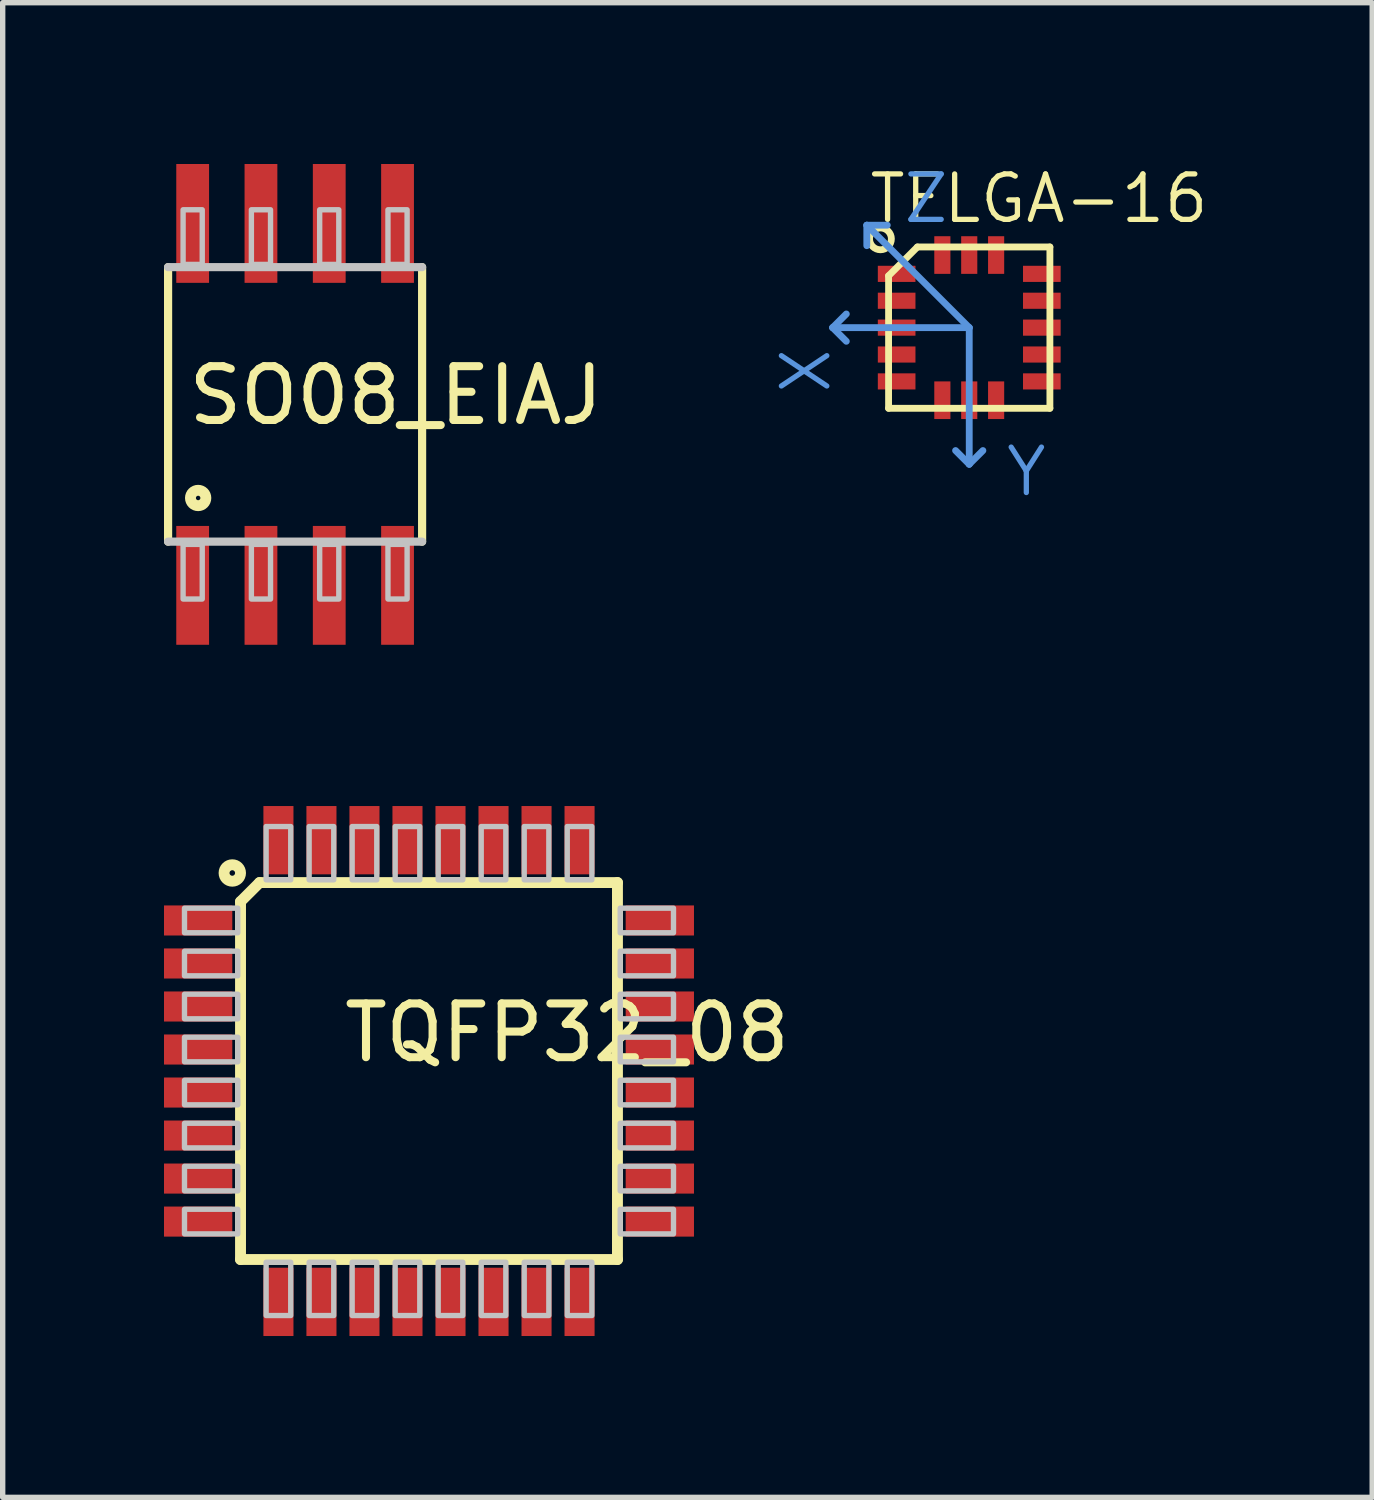
<source format=kicad_pcb>
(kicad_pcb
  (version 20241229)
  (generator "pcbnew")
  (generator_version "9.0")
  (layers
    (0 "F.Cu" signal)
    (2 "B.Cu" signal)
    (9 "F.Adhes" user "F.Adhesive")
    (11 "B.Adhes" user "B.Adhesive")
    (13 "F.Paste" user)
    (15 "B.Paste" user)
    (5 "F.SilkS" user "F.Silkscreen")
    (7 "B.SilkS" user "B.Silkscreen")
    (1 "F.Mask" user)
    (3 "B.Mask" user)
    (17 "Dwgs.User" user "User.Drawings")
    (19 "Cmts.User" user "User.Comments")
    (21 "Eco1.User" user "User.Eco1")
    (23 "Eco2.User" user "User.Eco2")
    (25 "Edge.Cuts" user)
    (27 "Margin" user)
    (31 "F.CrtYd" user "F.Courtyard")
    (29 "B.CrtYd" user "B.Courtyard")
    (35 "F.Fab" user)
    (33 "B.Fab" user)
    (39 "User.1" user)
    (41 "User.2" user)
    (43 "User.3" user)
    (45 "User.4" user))
  (footprint "SO08_EIAJ"
    (layer "F.Cu")
    (at 2.438 4.458)
    (property "Reference" "SO08_EIAJ" (at -2.057 0.432 0) (layer "F.SilkS") (effects (font (size 1 1) (thickness 0.15)) (justify left bottom)))
    (attr through_hole)
    (fp_line (start -2.362 -2.54) (end -2.362 2.565) (stroke (width 0.152) (type solid)) (layer "F.SilkS"))
    (fp_line (start 2.362 2.565) (end 2.362 -2.54) (stroke (width 0.152) (type solid)) (layer "F.SilkS"))
    (fp_circle (center -1.803 1.753) (end -1.66 1.753) (stroke (width 0.203) (type solid)) (fill no) (layer "F.SilkS"))
    (fp_line (start -2.362 2.565) (end 2.362 2.565) (stroke (width 0.152) (type solid)) (layer "Dwgs.User"))
    (fp_line (start 2.362 -2.54) (end -2.362 -2.54) (stroke (width 0.152) (type solid)) (layer "Dwgs.User"))
    (fp_poly (pts (xy -2.083 -2.591) (xy -1.727 -2.591) (xy -1.727 -3.607) (xy -2.083 -3.607)) (stroke (width 0.1) (type solid)) (fill no) (layer "Dwgs.User"))
    (fp_poly (pts (xy -2.083 3.632) (xy -1.727 3.632) (xy -1.727 2.616) (xy -2.083 2.616)) (stroke (width 0.1) (type solid)) (fill no) (layer "Dwgs.User"))
    (fp_poly (pts (xy -0.813 -2.591) (xy -0.457 -2.591) (xy -0.457 -3.607) (xy -0.813 -3.607)) (stroke (width 0.1) (type solid)) (fill no) (layer "Dwgs.User"))
    (fp_poly (pts (xy -0.813 3.632) (xy -0.457 3.632) (xy -0.457 2.616) (xy -0.813 2.616)) (stroke (width 0.1) (type solid)) (fill no) (layer "Dwgs.User"))
    (fp_poly (pts (xy 0.457 -2.591) (xy 0.813 -2.591) (xy 0.813 -3.607) (xy 0.457 -3.607)) (stroke (width 0.1) (type solid)) (fill no) (layer "Dwgs.User"))
    (fp_poly (pts (xy 0.457 3.632) (xy 0.813 3.632) (xy 0.813 2.616) (xy 0.457 2.616)) (stroke (width 0.1) (type solid)) (fill no) (layer "Dwgs.User"))
    (fp_poly (pts (xy 1.727 -2.591) (xy 2.083 -2.591) (xy 2.083 -3.607) (xy 1.727 -3.607)) (stroke (width 0.1) (type solid)) (fill no) (layer "Dwgs.User"))
    (fp_poly (pts (xy 1.727 3.632) (xy 2.083 3.632) (xy 2.083 2.616) (xy 1.727 2.616)) (stroke (width 0.1) (type solid)) (fill no) (layer "Dwgs.User"))
    (pad "1" smd rect (at -1.905 3.378) (size 0.61 2.21) (layers "F.Cu" "F.Mask" "F.Paste"))
    (pad "2" smd rect (at -0.635 3.378) (size 0.61 2.21) (layers "F.Cu" "F.Mask" "F.Paste"))
    (pad "3" smd rect (at 0.635 3.378) (size 0.61 2.21) (layers "F.Cu" "F.Mask" "F.Paste"))
    (pad "4" smd rect (at 1.905 3.378) (size 0.61 2.21) (layers "F.Cu" "F.Mask" "F.Paste"))
    (pad "5" smd rect (at 1.905 -3.353) (size 0.61 2.21) (layers "F.Cu" "F.Mask" "F.Paste"))
    (pad "6" smd rect (at 0.635 -3.353) (size 0.61 2.21) (layers "F.Cu" "F.Mask" "F.Paste"))
    (pad "7" smd rect (at -0.635 -3.353) (size 0.61 2.21) (layers "F.Cu" "F.Mask" "F.Paste"))
    (pad "8" smd rect (at -1.905 -3.353) (size 0.61 2.21) (layers "F.Cu" "F.Mask" "F.Paste")))
  (footprint "TFLGA-16"
    (layer "F.Cu")
    (at 14.975 3.043)
    (property "Reference" "TFLGA-16" (at -1.905 -1.905 0) (layer "F.SilkS") (effects (font (size 0.845 0.845) (thickness 0.098)) (justify left bottom)))
    (attr through_hole)
    (fp_line (start -1.5 -0.964) (end -0.964 -1.5) (stroke (width 0.127) (type solid)) (layer "F.SilkS"))
    (fp_line (start -1.5 1.5) (end -1.5 -0.964) (stroke (width 0.127) (type solid)) (layer "F.SilkS"))
    (fp_line (start -0.964 -1.5) (end 1.5 -1.5) (stroke (width 0.127) (type solid)) (layer "F.SilkS"))
    (fp_line (start 1.5 -1.5) (end 1.5 1.5) (stroke (width 0.127) (type solid)) (layer "F.SilkS"))
    (fp_line (start 1.5 1.5) (end -1.5 1.5) (stroke (width 0.127) (type solid)) (layer "F.SilkS"))
    (fp_circle (center -1.651 -1.651) (end -1.448 -1.651) (stroke (width 0.127) (type solid)) (fill no) (layer "F.SilkS"))
    (fp_line (start -2.54 0) (end -2.286 -0.254) (stroke (width 0.127) (type solid)) (layer "Cmts.User"))
    (fp_line (start -2.54 0) (end -2.286 0.254) (stroke (width 0.127) (type solid)) (layer "Cmts.User"))
    (fp_line (start -2.54 0) (end 0 0) (stroke (width 0.127) (type solid)) (layer "Cmts.User"))
    (fp_line (start -1.905 -1.905) (end -1.905 -1.524) (stroke (width 0.127) (type solid)) (layer "Cmts.User"))
    (fp_line (start -1.905 -1.905) (end -1.524 -1.905) (stroke (width 0.127) (type solid)) (layer "Cmts.User"))
    (fp_line (start 0 0) (end -1.905 -1.905) (stroke (width 0.127) (type solid)) (layer "Cmts.User"))
    (fp_line (start 0 0) (end 0 2.54) (stroke (width 0.127) (type solid)) (layer "Cmts.User"))
    (fp_line (start 0 2.54) (end -0.254 2.286) (stroke (width 0.127) (type solid)) (layer "Cmts.User"))
    (fp_line (start 0 2.54) (end 0.254 2.286) (stroke (width 0.127) (type solid)) (layer "Cmts.User"))
    (fp_text user "Y" (at 0.635 3.175 0) (layer "Cmts.User") (effects (font (size 0.845 0.845) (thickness 0.098)) (justify left bottom)))
    (fp_text user "X" (at -2.54 1.27 90) (layer "Cmts.User") (effects (font (size 0.845 0.845) (thickness 0.098)) (justify left bottom)))
    (fp_text user "Z" (at -1.27 -1.905 0) (layer "Cmts.User") (effects (font (size 0.845 0.845) (thickness 0.098)) (justify left bottom)))
    (pad "1" smd rect (at -1.35 -1) (size 0.7 0.3) (layers "F.Cu" "F.Mask" "F.Paste"))
    (pad "2" smd rect (at -1.35 -0.5) (size 0.7 0.3) (layers "F.Cu" "F.Mask" "F.Paste"))
    (pad "3" smd rect (at -1.35 0) (size 0.7 0.3) (layers "F.Cu" "F.Mask" "F.Paste"))
    (pad "4" smd rect (at -1.35 0.5) (size 0.7 0.3) (layers "F.Cu" "F.Mask" "F.Paste"))
    (pad "5" smd rect (at -1.35 1) (size 0.7 0.3) (layers "F.Cu" "F.Mask" "F.Paste"))
    (pad "6" smd rect (at -0.5 1.35 90) (size 0.7 0.3) (layers "F.Cu" "F.Mask" "F.Paste"))
    (pad "7" smd rect (at 0 1.35 90) (size 0.7 0.3) (layers "F.Cu" "F.Mask" "F.Paste"))
    (pad "8" smd rect (at 0.5 1.35 90) (size 0.7 0.3) (layers "F.Cu" "F.Mask" "F.Paste"))
    (pad "9" smd rect (at 1.35 1 180) (size 0.7 0.3) (layers "F.Cu" "F.Mask" "F.Paste"))
    (pad "10" smd rect (at 1.35 0.5 180) (size 0.7 0.3) (layers "F.Cu" "F.Mask" "F.Paste"))
    (pad "11" smd rect (at 1.35 0 180) (size 0.7 0.3) (layers "F.Cu" "F.Mask" "F.Paste"))
    (pad "12" smd rect (at 1.35 -0.5 180) (size 0.7 0.3) (layers "F.Cu" "F.Mask" "F.Paste"))
    (pad "13" smd rect (at 1.35 -1 180) (size 0.7 0.3) (layers "F.Cu" "F.Mask" "F.Paste"))
    (pad "14" smd rect (at 0.5 -1.35 270) (size 0.7 0.3) (layers "F.Cu" "F.Mask" "F.Paste"))
    (pad "15" smd rect (at 0 -1.35 270) (size 0.7 0.3) (layers "F.Cu" "F.Mask" "F.Paste"))
    (pad "16" smd rect (at -0.5 -1.35 270) (size 0.7 0.3) (layers "F.Cu" "F.Mask" "F.Paste")))
  (footprint "TQFP32_08"
    (layer "F.Cu")
    (at 4.928 16.868)
    (property "Reference" "TQFP32_08" (at -1.651 -0.127 0) (layer "F.SilkS") (effects (font (size 1 1) (thickness 0.15)) (justify left bottom)))
    (attr through_hole)
    (fp_line (start -3.505 3.505) (end -3.505 -3.15) (stroke (width 0.203) (type solid)) (layer "F.SilkS"))
    (fp_line (start -3.15 -3.505) (end -3.505 -3.15) (stroke (width 0.203) (type solid)) (layer "F.SilkS"))
    (fp_line (start -3.15 -3.505) (end 3.505 -3.505) (stroke (width 0.203) (type solid)) (layer "F.SilkS"))
    (fp_line (start 3.505 -3.505) (end 3.505 3.505) (stroke (width 0.203) (type solid)) (layer "F.SilkS"))
    (fp_line (start 3.505 3.505) (end -3.505 3.505) (stroke (width 0.203) (type solid)) (layer "F.SilkS"))
    (fp_circle (center -3.658 -3.683) (end -3.505 -3.683) (stroke (width 0.203) (type solid)) (fill no) (layer "F.SilkS"))
    (fp_poly (pts (xy -4.547 -2.571) (xy -3.556 -2.571) (xy -3.556 -3.029) (xy -4.547 -3.029)) (stroke (width 0.1) (type solid)) (fill no) (layer "Dwgs.User"))
    (fp_poly (pts (xy -4.547 -1.771) (xy -3.556 -1.771) (xy -3.556 -2.229) (xy -4.547 -2.229)) (stroke (width 0.1) (type solid)) (fill no) (layer "Dwgs.User"))
    (fp_poly (pts (xy -4.547 -0.971) (xy -3.556 -0.971) (xy -3.556 -1.429) (xy -4.547 -1.429)) (stroke (width 0.1) (type solid)) (fill no) (layer "Dwgs.User"))
    (fp_poly (pts (xy -4.547 -0.171) (xy -3.556 -0.171) (xy -3.556 -0.629) (xy -4.547 -0.629)) (stroke (width 0.1) (type solid)) (fill no) (layer "Dwgs.User"))
    (fp_poly (pts (xy -4.547 0.629) (xy -3.556 0.629) (xy -3.556 0.171) (xy -4.547 0.171)) (stroke (width 0.1) (type solid)) (fill no) (layer "Dwgs.User"))
    (fp_poly (pts (xy -4.547 1.429) (xy -3.556 1.429) (xy -3.556 0.971) (xy -4.547 0.971)) (stroke (width 0.1) (type solid)) (fill no) (layer "Dwgs.User"))
    (fp_poly (pts (xy -4.547 2.229) (xy -3.556 2.229) (xy -3.556 1.771) (xy -4.547 1.771)) (stroke (width 0.1) (type solid)) (fill no) (layer "Dwgs.User"))
    (fp_poly (pts (xy -4.547 3.029) (xy -3.556 3.029) (xy -3.556 2.571) (xy -4.547 2.571)) (stroke (width 0.1) (type solid)) (fill no) (layer "Dwgs.User"))
    (fp_poly (pts (xy -3.029 -3.556) (xy -2.571 -3.556) (xy -2.571 -4.547) (xy -3.029 -4.547)) (stroke (width 0.1) (type solid)) (fill no) (layer "Dwgs.User"))
    (fp_poly (pts (xy -3.029 4.547) (xy -2.571 4.547) (xy -2.571 3.556) (xy -3.029 3.556)) (stroke (width 0.1) (type solid)) (fill no) (layer "Dwgs.User"))
    (fp_poly (pts (xy -2.229 -3.556) (xy -1.771 -3.556) (xy -1.771 -4.547) (xy -2.229 -4.547)) (stroke (width 0.1) (type solid)) (fill no) (layer "Dwgs.User"))
    (fp_poly (pts (xy -2.229 4.547) (xy -1.771 4.547) (xy -1.771 3.556) (xy -2.229 3.556)) (stroke (width 0.1) (type solid)) (fill no) (layer "Dwgs.User"))
    (fp_poly (pts (xy -1.429 -3.556) (xy -0.971 -3.556) (xy -0.971 -4.547) (xy -1.429 -4.547)) (stroke (width 0.1) (type solid)) (fill no) (layer "Dwgs.User"))
    (fp_poly (pts (xy -1.429 4.547) (xy -0.971 4.547) (xy -0.971 3.556) (xy -1.429 3.556)) (stroke (width 0.1) (type solid)) (fill no) (layer "Dwgs.User"))
    (fp_poly (pts (xy -0.629 -3.556) (xy -0.171 -3.556) (xy -0.171 -4.547) (xy -0.629 -4.547)) (stroke (width 0.1) (type solid)) (fill no) (layer "Dwgs.User"))
    (fp_poly (pts (xy -0.629 4.547) (xy -0.171 4.547) (xy -0.171 3.556) (xy -0.629 3.556)) (stroke (width 0.1) (type solid)) (fill no) (layer "Dwgs.User"))
    (fp_poly (pts (xy 0.171 -3.556) (xy 0.629 -3.556) (xy 0.629 -4.547) (xy 0.171 -4.547)) (stroke (width 0.1) (type solid)) (fill no) (layer "Dwgs.User"))
    (fp_poly (pts (xy 0.171 4.547) (xy 0.629 4.547) (xy 0.629 3.556) (xy 0.171 3.556)) (stroke (width 0.1) (type solid)) (fill no) (layer "Dwgs.User"))
    (fp_poly (pts (xy 0.971 -3.556) (xy 1.429 -3.556) (xy 1.429 -4.547) (xy 0.971 -4.547)) (stroke (width 0.1) (type solid)) (fill no) (layer "Dwgs.User"))
    (fp_poly (pts (xy 0.971 4.547) (xy 1.429 4.547) (xy 1.429 3.556) (xy 0.971 3.556)) (stroke (width 0.1) (type solid)) (fill no) (layer "Dwgs.User"))
    (fp_poly (pts (xy 1.771 -3.556) (xy 2.229 -3.556) (xy 2.229 -4.547) (xy 1.771 -4.547)) (stroke (width 0.1) (type solid)) (fill no) (layer "Dwgs.User"))
    (fp_poly (pts (xy 1.771 4.547) (xy 2.229 4.547) (xy 2.229 3.556) (xy 1.771 3.556)) (stroke (width 0.1) (type solid)) (fill no) (layer "Dwgs.User"))
    (fp_poly (pts (xy 2.571 -3.556) (xy 3.029 -3.556) (xy 3.029 -4.547) (xy 2.571 -4.547)) (stroke (width 0.1) (type solid)) (fill no) (layer "Dwgs.User"))
    (fp_poly (pts (xy 2.571 4.547) (xy 3.029 4.547) (xy 3.029 3.556) (xy 2.571 3.556)) (stroke (width 0.1) (type solid)) (fill no) (layer "Dwgs.User"))
    (fp_poly (pts (xy 3.556 -2.571) (xy 4.547 -2.571) (xy 4.547 -3.029) (xy 3.556 -3.029)) (stroke (width 0.1) (type solid)) (fill no) (layer "Dwgs.User"))
    (fp_poly (pts (xy 3.556 -1.771) (xy 4.547 -1.771) (xy 4.547 -2.229) (xy 3.556 -2.229)) (stroke (width 0.1) (type solid)) (fill no) (layer "Dwgs.User"))
    (fp_poly (pts (xy 3.556 -0.971) (xy 4.547 -0.971) (xy 4.547 -1.429) (xy 3.556 -1.429)) (stroke (width 0.1) (type solid)) (fill no) (layer "Dwgs.User"))
    (fp_poly (pts (xy 3.556 -0.171) (xy 4.547 -0.171) (xy 4.547 -0.629) (xy 3.556 -0.629)) (stroke (width 0.1) (type solid)) (fill no) (layer "Dwgs.User"))
    (fp_poly (pts (xy 3.556 0.629) (xy 4.547 0.629) (xy 4.547 0.171) (xy 3.556 0.171)) (stroke (width 0.1) (type solid)) (fill no) (layer "Dwgs.User"))
    (fp_poly (pts (xy 3.556 1.429) (xy 4.547 1.429) (xy 4.547 0.971) (xy 3.556 0.971)) (stroke (width 0.1) (type solid)) (fill no) (layer "Dwgs.User"))
    (fp_poly (pts (xy 3.556 2.229) (xy 4.547 2.229) (xy 4.547 1.771) (xy 3.556 1.771)) (stroke (width 0.1) (type solid)) (fill no) (layer "Dwgs.User"))
    (fp_poly (pts (xy 3.556 3.029) (xy 4.547 3.029) (xy 4.547 2.571) (xy 3.556 2.571)) (stroke (width 0.1) (type solid)) (fill no) (layer "Dwgs.User"))
    (pad "1" smd rect (at -4.293 -2.8) (size 1.27 0.559) (layers "F.Cu" "F.Mask" "F.Paste"))
    (pad "2" smd rect (at -4.293 -2) (size 1.27 0.559) (layers "F.Cu" "F.Mask" "F.Paste"))
    (pad "3" smd rect (at -4.293 -1.2) (size 1.27 0.559) (layers "F.Cu" "F.Mask" "F.Paste"))
    (pad "4" smd rect (at -4.293 -0.4) (size 1.27 0.559) (layers "F.Cu" "F.Mask" "F.Paste"))
    (pad "5" smd rect (at -4.293 0.4) (size 1.27 0.559) (layers "F.Cu" "F.Mask" "F.Paste"))
    (pad "6" smd rect (at -4.293 1.2) (size 1.27 0.559) (layers "F.Cu" "F.Mask" "F.Paste"))
    (pad "7" smd rect (at -4.293 2) (size 1.27 0.559) (layers "F.Cu" "F.Mask" "F.Paste"))
    (pad "8" smd rect (at -4.293 2.8) (size 1.27 0.559) (layers "F.Cu" "F.Mask" "F.Paste"))
    (pad "9" smd rect (at -2.8 4.293) (size 0.559 1.27) (layers "F.Cu" "F.Mask" "F.Paste"))
    (pad "10" smd rect (at -2 4.293) (size 0.559 1.27) (layers "F.Cu" "F.Mask" "F.Paste"))
    (pad "11" smd rect (at -1.2 4.293) (size 0.559 1.27) (layers "F.Cu" "F.Mask" "F.Paste"))
    (pad "12" smd rect (at -0.4 4.293) (size 0.559 1.27) (layers "F.Cu" "F.Mask" "F.Paste"))
    (pad "13" smd rect (at 0.4 4.293) (size 0.559 1.27) (layers "F.Cu" "F.Mask" "F.Paste"))
    (pad "14" smd rect (at 1.2 4.293) (size 0.559 1.27) (layers "F.Cu" "F.Mask" "F.Paste"))
    (pad "15" smd rect (at 2 4.293) (size 0.559 1.27) (layers "F.Cu" "F.Mask" "F.Paste"))
    (pad "16" smd rect (at 2.8 4.293) (size 0.559 1.27) (layers "F.Cu" "F.Mask" "F.Paste"))
    (pad "17" smd rect (at 4.293 2.8) (size 1.27 0.559) (layers "F.Cu" "F.Mask" "F.Paste"))
    (pad "18" smd rect (at 4.293 2) (size 1.27 0.559) (layers "F.Cu" "F.Mask" "F.Paste"))
    (pad "19" smd rect (at 4.293 1.2) (size 1.27 0.559) (layers "F.Cu" "F.Mask" "F.Paste"))
    (pad "20" smd rect (at 4.293 0.4) (size 1.27 0.559) (layers "F.Cu" "F.Mask" "F.Paste"))
    (pad "21" smd rect (at 4.293 -0.4) (size 1.27 0.559) (layers "F.Cu" "F.Mask" "F.Paste"))
    (pad "22" smd rect (at 4.293 -1.2) (size 1.27 0.559) (layers "F.Cu" "F.Mask" "F.Paste"))
    (pad "23" smd rect (at 4.293 -2) (size 1.27 0.559) (layers "F.Cu" "F.Mask" "F.Paste"))
    (pad "24" smd rect (at 4.293 -2.8) (size 1.27 0.559) (layers "F.Cu" "F.Mask" "F.Paste"))
    (pad "25" smd rect (at 2.8 -4.293) (size 0.559 1.27) (layers "F.Cu" "F.Mask" "F.Paste"))
    (pad "26" smd rect (at 2 -4.293) (size 0.559 1.27) (layers "F.Cu" "F.Mask" "F.Paste"))
    (pad "27" smd rect (at 1.2 -4.293) (size 0.559 1.27) (layers "F.Cu" "F.Mask" "F.Paste"))
    (pad "28" smd rect (at 0.4 -4.293) (size 0.559 1.27) (layers "F.Cu" "F.Mask" "F.Paste"))
    (pad "29" smd rect (at -0.4 -4.293) (size 0.559 1.27) (layers "F.Cu" "F.Mask" "F.Paste"))
    (pad "30" smd rect (at -1.2 -4.293) (size 0.559 1.27) (layers "F.Cu" "F.Mask" "F.Paste"))
    (pad "31" smd rect (at -2 -4.293) (size 0.559 1.27) (layers "F.Cu" "F.Mask" "F.Paste"))
    (pad "32" smd rect (at -2.8 -4.293) (size 0.559 1.27) (layers "F.Cu" "F.Mask" "F.Paste")))
  (gr_rect
    (start -3 -3)
    (end 22.469 24.796)
    (stroke (width 0.1) (type default))
    (fill no)
    (layer "Edge.Cuts")))
</source>
